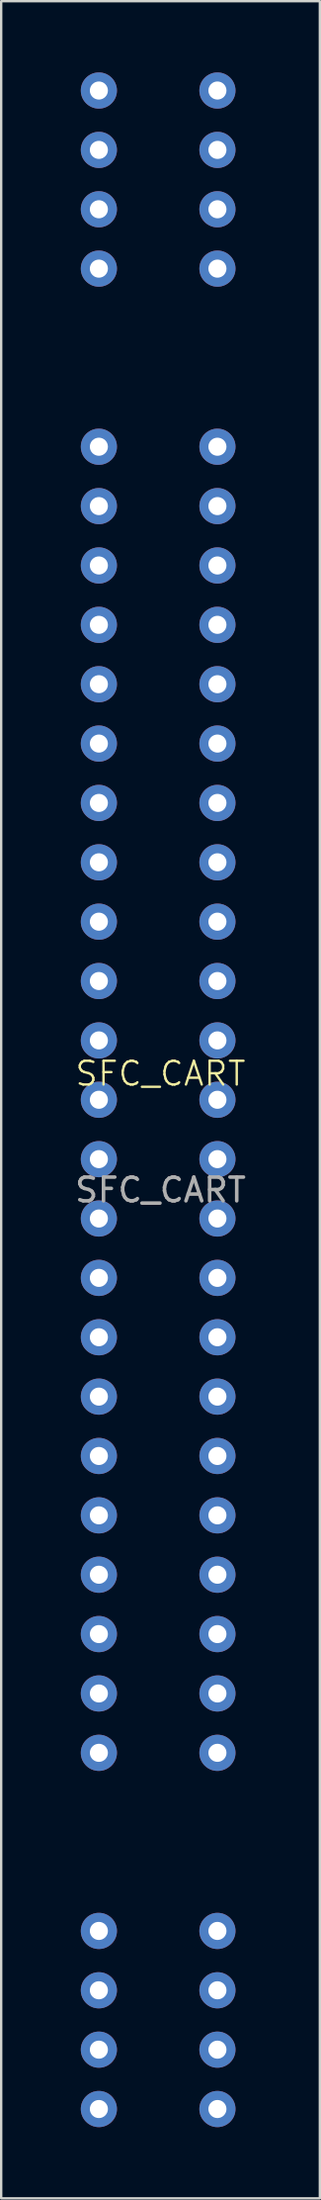
<source format=kicad_pcb>
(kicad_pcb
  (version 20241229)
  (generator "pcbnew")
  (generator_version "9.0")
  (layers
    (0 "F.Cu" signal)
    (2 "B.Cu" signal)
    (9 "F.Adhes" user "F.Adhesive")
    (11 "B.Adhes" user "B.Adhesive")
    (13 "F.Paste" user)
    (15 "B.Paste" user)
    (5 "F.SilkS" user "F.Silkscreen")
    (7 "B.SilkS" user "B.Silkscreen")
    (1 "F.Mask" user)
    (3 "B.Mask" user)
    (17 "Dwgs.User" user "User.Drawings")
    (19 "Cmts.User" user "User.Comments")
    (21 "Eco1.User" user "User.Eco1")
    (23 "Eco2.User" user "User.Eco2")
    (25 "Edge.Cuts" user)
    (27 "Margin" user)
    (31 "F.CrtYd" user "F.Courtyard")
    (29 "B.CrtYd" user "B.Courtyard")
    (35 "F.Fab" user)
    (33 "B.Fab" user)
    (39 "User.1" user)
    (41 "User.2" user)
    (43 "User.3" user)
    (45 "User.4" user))
  (footprint "SFC_CART"
    (layer "F.Cu")
    (at 3.62 44.562)
    (property "Reference" "SFC_CART" (at 0.1 -2.4 0) (unlocked yes) (layer "F.SilkS") (effects (font (size 1 1) (thickness 0.1))))
    (attr through_hole)
    (fp_text user "${REFERENCE}" (at 0.1 2.5 0) (unlocked yes) (layer "F.Fab") (effects (font (size 1 1) (thickness 0.15))))
    (pad "1" thru_hole circle (at -2.5 -43.8) (size 1.524 1.524) (drill 0.762) (layers "*.Cu" "*.Mask"))
    (pad "2" thru_hole circle (at -2.5 -41.3) (size 1.524 1.524) (drill 0.762) (layers "*.Cu" "*.Mask"))
    (pad "3" thru_hole circle (at -2.5 -38.8) (size 1.524 1.524) (drill 0.762) (layers "*.Cu" "*.Mask"))
    (pad "4" thru_hole circle (at -2.5 -36.3) (size 1.524 1.524) (drill 0.762) (layers "*.Cu" "*.Mask"))
    (pad "5" thru_hole circle (at -2.5 -28.8) (size 1.524 1.524) (drill 0.762) (layers "*.Cu" "*.Mask"))
    (pad "6" thru_hole circle (at -2.5 -26.3) (size 1.524 1.524) (drill 0.762) (layers "*.Cu" "*.Mask"))
    (pad "7" thru_hole circle (at -2.5 -23.8) (size 1.524 1.524) (drill 0.762) (layers "*.Cu" "*.Mask"))
    (pad "8" thru_hole circle (at -2.5 -21.3) (size 1.524 1.524) (drill 0.762) (layers "*.Cu" "*.Mask"))
    (pad "9" thru_hole circle (at -2.5 -18.8) (size 1.524 1.524) (drill 0.762) (layers "*.Cu" "*.Mask"))
    (pad "10" thru_hole circle (at -2.5 -16.3) (size 1.524 1.524) (drill 0.762) (layers "*.Cu" "*.Mask"))
    (pad "11" thru_hole circle (at -2.5 -13.8) (size 1.524 1.524) (drill 0.762) (layers "*.Cu" "*.Mask"))
    (pad "12" thru_hole circle (at -2.5 -11.3) (size 1.524 1.524) (drill 0.762) (layers "*.Cu" "*.Mask"))
    (pad "13" thru_hole circle (at -2.5 -8.8) (size 1.524 1.524) (drill 0.762) (layers "*.Cu" "*.Mask"))
    (pad "14" thru_hole circle (at -2.5 -6.3) (size 1.524 1.524) (drill 0.762) (layers "*.Cu" "*.Mask"))
    (pad "15" thru_hole circle (at -2.5 -3.8) (size 1.524 1.524) (drill 0.762) (layers "*.Cu" "*.Mask"))
    (pad "16" thru_hole circle (at -2.5 -1.3) (size 1.524 1.524) (drill 0.762) (layers "*.Cu" "*.Mask"))
    (pad "17" thru_hole circle (at -2.5 1.2) (size 1.524 1.524) (drill 0.762) (layers "*.Cu" "*.Mask"))
    (pad "18" thru_hole circle (at -2.5 3.7) (size 1.524 1.524) (drill 0.762) (layers "*.Cu" "*.Mask"))
    (pad "19" thru_hole circle (at -2.5 6.2) (size 1.524 1.524) (drill 0.762) (layers "*.Cu" "*.Mask"))
    (pad "20" thru_hole circle (at -2.5 8.7) (size 1.524 1.524) (drill 0.762) (layers "*.Cu" "*.Mask"))
    (pad "21" thru_hole circle (at -2.5 11.2) (size 1.524 1.524) (drill 0.762) (layers "*.Cu" "*.Mask"))
    (pad "22" thru_hole circle (at -2.5 13.7) (size 1.524 1.524) (drill 0.762) (layers "*.Cu" "*.Mask"))
    (pad "23" thru_hole circle (at -2.5 16.2) (size 1.524 1.524) (drill 0.762) (layers "*.Cu" "*.Mask"))
    (pad "24" thru_hole circle (at -2.5 18.7) (size 1.524 1.524) (drill 0.762) (layers "*.Cu" "*.Mask"))
    (pad "25" thru_hole circle (at -2.5 21.2) (size 1.524 1.524) (drill 0.762) (layers "*.Cu" "*.Mask"))
    (pad "26" thru_hole circle (at -2.5 23.7) (size 1.524 1.524) (drill 0.762) (layers "*.Cu" "*.Mask"))
    (pad "27" thru_hole circle (at -2.5 26.2) (size 1.524 1.524) (drill 0.762) (layers "*.Cu" "*.Mask"))
    (pad "28" thru_hole circle (at -2.5 33.7) (size 1.524 1.524) (drill 0.762) (layers "*.Cu" "*.Mask"))
    (pad "29" thru_hole circle (at -2.5 36.2) (size 1.524 1.524) (drill 0.762) (layers "*.Cu" "*.Mask"))
    (pad "30" thru_hole circle (at -2.5 38.7) (size 1.524 1.524) (drill 0.762) (layers "*.Cu" "*.Mask"))
    (pad "31" thru_hole circle (at -2.5 41.2) (size 1.524 1.524) (drill 0.762) (layers "*.Cu" "*.Mask"))
    (pad "32" thru_hole circle (at 2.5 -43.8) (size 1.524 1.524) (drill 0.762) (layers "*.Cu" "*.Mask"))
    (pad "33" thru_hole circle (at 2.5 -41.3) (size 1.524 1.524) (drill 0.762) (layers "*.Cu" "*.Mask"))
    (pad "34" thru_hole circle (at 2.5 -38.8) (size 1.524 1.524) (drill 0.762) (layers "*.Cu" "*.Mask"))
    (pad "35" thru_hole circle (at 2.5 -36.3) (size 1.524 1.524) (drill 0.762) (layers "*.Cu" "*.Mask"))
    (pad "36" thru_hole circle (at 2.5 -28.8) (size 1.524 1.524) (drill 0.762) (layers "*.Cu" "*.Mask"))
    (pad "37" thru_hole circle (at 2.5 -26.3) (size 1.524 1.524) (drill 0.762) (layers "*.Cu" "*.Mask"))
    (pad "38" thru_hole circle (at 2.5 -23.8) (size 1.524 1.524) (drill 0.762) (layers "*.Cu" "*.Mask"))
    (pad "39" thru_hole circle (at 2.5 -21.3) (size 1.524 1.524) (drill 0.762) (layers "*.Cu" "*.Mask"))
    (pad "40" thru_hole circle (at 2.5 -18.8) (size 1.524 1.524) (drill 0.762) (layers "*.Cu" "*.Mask"))
    (pad "41" thru_hole circle (at 2.5 -16.3) (size 1.524 1.524) (drill 0.762) (layers "*.Cu" "*.Mask"))
    (pad "42" thru_hole circle (at 2.5 -13.8) (size 1.524 1.524) (drill 0.762) (layers "*.Cu" "*.Mask"))
    (pad "43" thru_hole circle (at 2.5 -11.3) (size 1.524 1.524) (drill 0.762) (layers "*.Cu" "*.Mask"))
    (pad "44" thru_hole circle (at 2.5 -8.8) (size 1.524 1.524) (drill 0.762) (layers "*.Cu" "*.Mask"))
    (pad "45" thru_hole circle (at 2.5 -6.3) (size 1.524 1.524) (drill 0.762) (layers "*.Cu" "*.Mask"))
    (pad "46" thru_hole circle (at 2.5 -3.8) (size 1.524 1.524) (drill 0.762) (layers "*.Cu" "*.Mask"))
    (pad "47" thru_hole circle (at 2.5 -1.3) (size 1.524 1.524) (drill 0.762) (layers "*.Cu" "*.Mask"))
    (pad "48" thru_hole circle (at 2.5 1.2) (size 1.524 1.524) (drill 0.762) (layers "*.Cu" "*.Mask"))
    (pad "49" thru_hole circle (at 2.5 3.7) (size 1.524 1.524) (drill 0.762) (layers "*.Cu" "*.Mask"))
    (pad "50" thru_hole circle (at 2.5 6.2) (size 1.524 1.524) (drill 0.762) (layers "*.Cu" "*.Mask"))
    (pad "51" thru_hole circle (at 2.5 8.7) (size 1.524 1.524) (drill 0.762) (layers "*.Cu" "*.Mask"))
    (pad "52" thru_hole circle (at 2.5 11.2) (size 1.524 1.524) (drill 0.762) (layers "*.Cu" "*.Mask"))
    (pad "53" thru_hole circle (at 2.5 13.7) (size 1.524 1.524) (drill 0.762) (layers "*.Cu" "*.Mask"))
    (pad "54" thru_hole circle (at 2.5 16.2) (size 1.524 1.524) (drill 0.762) (layers "*.Cu" "*.Mask"))
    (pad "55" thru_hole circle (at 2.5 18.7) (size 1.524 1.524) (drill 0.762) (layers "*.Cu" "*.Mask"))
    (pad "56" thru_hole circle (at 2.5 21.2) (size 1.524 1.524) (drill 0.762) (layers "*.Cu" "*.Mask"))
    (pad "57" thru_hole circle (at 2.5 23.7) (size 1.524 1.524) (drill 0.762) (layers "*.Cu" "*.Mask"))
    (pad "58" thru_hole circle (at 2.5 26.2) (size 1.524 1.524) (drill 0.762) (layers "*.Cu" "*.Mask"))
    (pad "59" thru_hole circle (at 2.5 33.7) (size 1.524 1.524) (drill 0.762) (layers "*.Cu" "*.Mask"))
    (pad "60" thru_hole circle (at 2.5 36.2) (size 1.524 1.524) (drill 0.762) (layers "*.Cu" "*.Mask"))
    (pad "61" thru_hole circle (at 2.5 38.7) (size 1.524 1.524) (drill 0.762) (layers "*.Cu" "*.Mask"))
    (pad "62" thru_hole circle (at 2.5 41.2) (size 1.524 1.524) (drill 0.762) (layers "*.Cu" "*.Mask")))
  (gr_rect
    (start -3 -3)
    (end 10.44 89.524)
    (stroke (width 0.1) (type default))
    (fill no)
    (layer "Edge.Cuts")))
</source>
